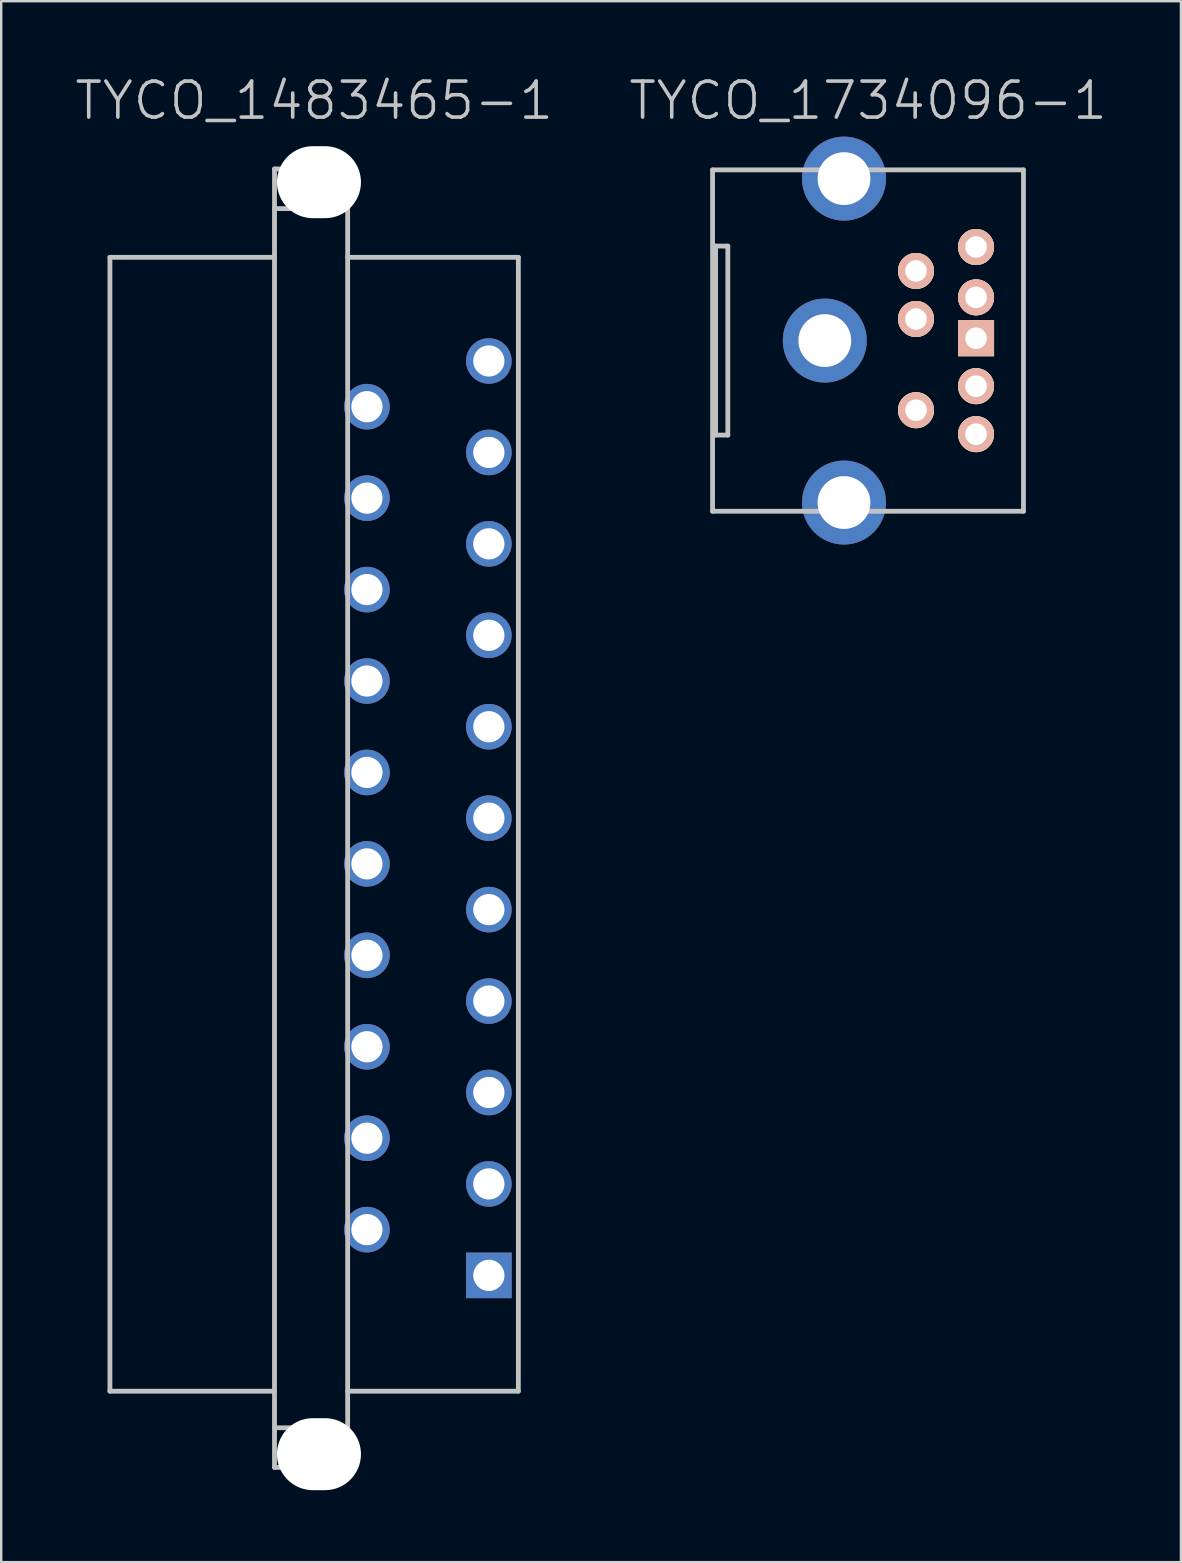
<source format=kicad_pcb>
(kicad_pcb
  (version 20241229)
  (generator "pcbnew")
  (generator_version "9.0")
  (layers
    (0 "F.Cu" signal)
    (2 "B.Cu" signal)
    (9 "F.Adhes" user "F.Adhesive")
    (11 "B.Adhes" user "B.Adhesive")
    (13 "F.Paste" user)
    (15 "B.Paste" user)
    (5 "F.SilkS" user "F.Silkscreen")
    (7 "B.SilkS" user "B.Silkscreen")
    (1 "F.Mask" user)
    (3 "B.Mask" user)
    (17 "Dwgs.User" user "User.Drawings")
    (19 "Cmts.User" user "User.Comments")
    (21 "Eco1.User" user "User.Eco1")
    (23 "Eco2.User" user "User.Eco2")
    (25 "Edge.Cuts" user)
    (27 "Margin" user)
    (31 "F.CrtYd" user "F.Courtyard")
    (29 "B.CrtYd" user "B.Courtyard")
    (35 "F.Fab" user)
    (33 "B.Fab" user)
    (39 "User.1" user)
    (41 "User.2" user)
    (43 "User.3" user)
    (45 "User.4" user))
  (footprint "TYCO_1483465-1"
    (layer "F.Cu")
    (at 10.039 31.041)
    (property "Reference" "TYCO_1483465-1" (at 0 -29.9 180) (layer "Dwgs.User") (effects (font (size 1.5 1.5) (thickness 0.15))))
    (attr through_hole)
    (fp_line (start -8.509 -23.368) (end -8.509 23.876) (stroke (width 0.2) (type solid)) (layer "Dwgs.User"))
    (fp_line (start -8.509 -23.368) (end -1.651 -23.368) (stroke (width 0.2) (type solid)) (layer "Dwgs.User"))
    (fp_line (start -8.509 23.876) (end -1.651 23.876) (stroke (width 0.2) (type solid)) (layer "Dwgs.User"))
    (fp_line (start -1.651 27.051) (end -1.651 -27.051) (stroke (width 0.2) (type solid)) (layer "Dwgs.User"))
    (fp_line (start 1.397 -27.051) (end -1.651 -27.051) (stroke (width 0.2) (type solid)) (layer "Dwgs.User"))
    (fp_line (start 1.397 -27.051) (end 1.397 27.051) (stroke (width 0.2) (type solid)) (layer "Dwgs.User"))
    (fp_line (start 1.397 -25.4) (end -1.651 -25.4) (stroke (width 0.2) (type solid)) (layer "Dwgs.User"))
    (fp_line (start 1.397 -23.368) (end 8.509 -23.368) (stroke (width 0.2) (type solid)) (layer "Dwgs.User"))
    (fp_line (start 1.397 25.4) (end -1.651 25.4) (stroke (width 0.2) (type solid)) (layer "Dwgs.User"))
    (fp_line (start 1.397 27.051) (end -1.651 27.051) (stroke (width 0.2) (type solid)) (layer "Dwgs.User"))
    (fp_line (start 8.509 -23.368) (end 8.509 23.876) (stroke (width 0.2) (type solid)) (layer "Dwgs.User"))
    (fp_line (start 8.509 23.876) (end 1.397 23.876) (stroke (width 0.2) (type solid)) (layer "Dwgs.User"))
    (pad "" np_thru_hole oval (at 0.201 -26.5 270) (size 3 3.5) (drill oval 3 3.5) (layers "*.Cu" "*.Mask"))
    (pad "" np_thru_hole oval (at 0.201 26.5 270) (size 3 3.5) (drill oval 3 3.5) (layers "*.Cu" "*.Mask"))
    (pad "1" thru_hole rect (at 7.28 19.05) (size 1.9 1.9) (drill 1.3) (layers "*.Cu" "*.Mask"))
    (pad "2" thru_hole circle (at 2.2 17.145 270) (size 1.9 1.9) (drill 1.3) (layers "*.Cu" "*.Mask"))
    (pad "3" thru_hole circle (at 7.28 15.24 270) (size 1.9 1.9) (drill 1.3) (layers "*.Cu" "*.Mask"))
    (pad "4" thru_hole circle (at 2.2 13.335 270) (size 1.9 1.9) (drill 1.3) (layers "*.Cu" "*.Mask"))
    (pad "5" thru_hole circle (at 7.28 11.43 270) (size 1.9 1.9) (drill 1.3) (layers "*.Cu" "*.Mask"))
    (pad "6" thru_hole circle (at 2.2 9.525 270) (size 1.9 1.9) (drill 1.3) (layers "*.Cu" "*.Mask"))
    (pad "7" thru_hole circle (at 7.28 7.62 270) (size 1.9 1.9) (drill 1.3) (layers "*.Cu" "*.Mask"))
    (pad "8" thru_hole circle (at 2.2 5.715 270) (size 1.9 1.9) (drill 1.3) (layers "*.Cu" "*.Mask"))
    (pad "9" thru_hole circle (at 7.28 3.81 270) (size 1.9 1.9) (drill 1.3) (layers "*.Cu" "*.Mask"))
    (pad "10" thru_hole circle (at 2.2 1.905 270) (size 1.9 1.9) (drill 1.3) (layers "*.Cu" "*.Mask"))
    (pad "11" thru_hole circle (at 7.28 0 270) (size 1.9 1.9) (drill 1.3) (layers "*.Cu" "*.Mask"))
    (pad "12" thru_hole circle (at 2.2 -1.905 270) (size 1.9 1.9) (drill 1.3) (layers "*.Cu" "*.Mask"))
    (pad "13" thru_hole circle (at 7.28 -3.81 270) (size 1.9 1.9) (drill 1.3) (layers "*.Cu" "*.Mask"))
    (pad "14" thru_hole circle (at 2.2 -5.715 270) (size 1.9 1.9) (drill 1.3) (layers "*.Cu" "*.Mask"))
    (pad "15" thru_hole circle (at 7.28 -7.62 270) (size 1.9 1.9) (drill 1.3) (layers "*.Cu" "*.Mask"))
    (pad "16" thru_hole circle (at 2.2 -9.525 270) (size 1.9 1.9) (drill 1.3) (layers "*.Cu" "*.Mask"))
    (pad "17" thru_hole circle (at 7.28 -11.43 270) (size 1.9 1.9) (drill 1.3) (layers "*.Cu" "*.Mask"))
    (pad "18" thru_hole circle (at 2.2 -13.335 270) (size 1.9 1.9) (drill 1.3) (layers "*.Cu" "*.Mask"))
    (pad "19" thru_hole circle (at 7.28 -15.24 270) (size 1.9 1.9) (drill 1.3) (layers "*.Cu" "*.Mask"))
    (pad "20" thru_hole circle (at 2.2 -17.145 270) (size 1.9 1.9) (drill 1.3) (layers "*.Cu" "*.Mask"))
    (pad "21" thru_hole circle (at 7.28 -19.05 270) (size 1.9 1.9) (drill 1.3) (layers "*.Cu" "*.Mask")))
  (footprint "TYCO_1734096-1"
    (layer "F.Cu")
    (at 33.118 11.141)
    (property "Reference" "TYCO_1734096-1" (at 0 -10 180) (layer "Dwgs.User") (effects (font (size 1.5 1.5) (thickness 0.15))))
    (attr through_hole)
    (fp_line (start -6.477 -7.112) (end -6.477 7.112) (stroke (width 0.2) (type solid)) (layer "Dwgs.User"))
    (fp_line (start -6.477 7.112) (end 6.477 7.112) (stroke (width 0.2) (type solid)) (layer "Dwgs.User"))
    (fp_line (start -6.35 3.937) (end -6.35 -3.937) (stroke (width 0.2) (type solid)) (layer "Dwgs.User"))
    (fp_line (start -5.842 -3.937) (end -6.35 -3.937) (stroke (width 0.2) (type solid)) (layer "Dwgs.User"))
    (fp_line (start -5.842 -3.937) (end -5.842 3.937) (stroke (width 0.2) (type solid)) (layer "Dwgs.User"))
    (fp_line (start -5.842 3.937) (end -6.35 3.937) (stroke (width 0.2) (type solid)) (layer "Dwgs.User"))
    (fp_line (start 6.477 -7.112) (end -6.477 -7.112) (stroke (width 0.2) (type solid)) (layer "Dwgs.User"))
    (fp_line (start 6.477 7.112) (end 6.477 -7.112) (stroke (width 0.2) (type solid)) (layer "Dwgs.User"))
    (pad "1" thru_hole rect (at 4.501 -0.099) (size 1.5 1.5) (drill 0.9) (layers "*.Cu" "*.SilkS" "*.Mask"))
    (pad "2" thru_hole circle (at 4.501 1.9 270) (size 1.5 1.5) (drill 0.9) (layers "*.Cu" "*.SilkS" "*.Mask"))
    (pad "3" thru_hole circle (at 4.501 -3.899 270) (size 1.5 1.5) (drill 0.9) (layers "*.Cu" "*.SilkS" "*.Mask"))
    (pad "4" thru_hole circle (at 4.501 -1.801 270) (size 1.5 1.5) (drill 0.9) (layers "*.Cu" "*.SilkS" "*.Mask"))
    (pad "5" thru_hole circle (at 4.501 3.899 270) (size 1.5 1.5) (drill 0.9) (layers "*.Cu" "*.SilkS" "*.Mask"))
    (pad "6" thru_hole circle (at 1.999 -2.901 270) (size 1.5 1.5) (drill 0.9) (layers "*.Cu" "*.SilkS" "*.Mask"))
    (pad "7" thru_hole circle (at 1.999 -0.899 270) (size 1.5 1.5) (drill 0.9) (layers "*.Cu" "*.SilkS" "*.Mask"))
    (pad "8" thru_hole circle (at 1.999 2.901 270) (size 1.5 1.5) (drill 0.9) (layers "*.Cu" "*.SilkS" "*.Mask"))
    (pad "9" thru_hole circle (at -1.001 -6.749 270) (size 3.5 3.5) (drill 2.2) (layers "*.Cu"))
    (pad "10" thru_hole circle (at -1.801 0 270) (size 3.5 3.5) (drill 2.2) (layers "*.Cu"))
    (pad "11" thru_hole circle (at -1.001 6.749 270) (size 3.5 3.5) (drill 2.2) (layers "*.Cu")))
  (gr_rect
    (start -3 -3)
    (end 46.157 62.041)
    (stroke (width 0.1) (type default))
    (fill no)
    (layer "Edge.Cuts")))
</source>
